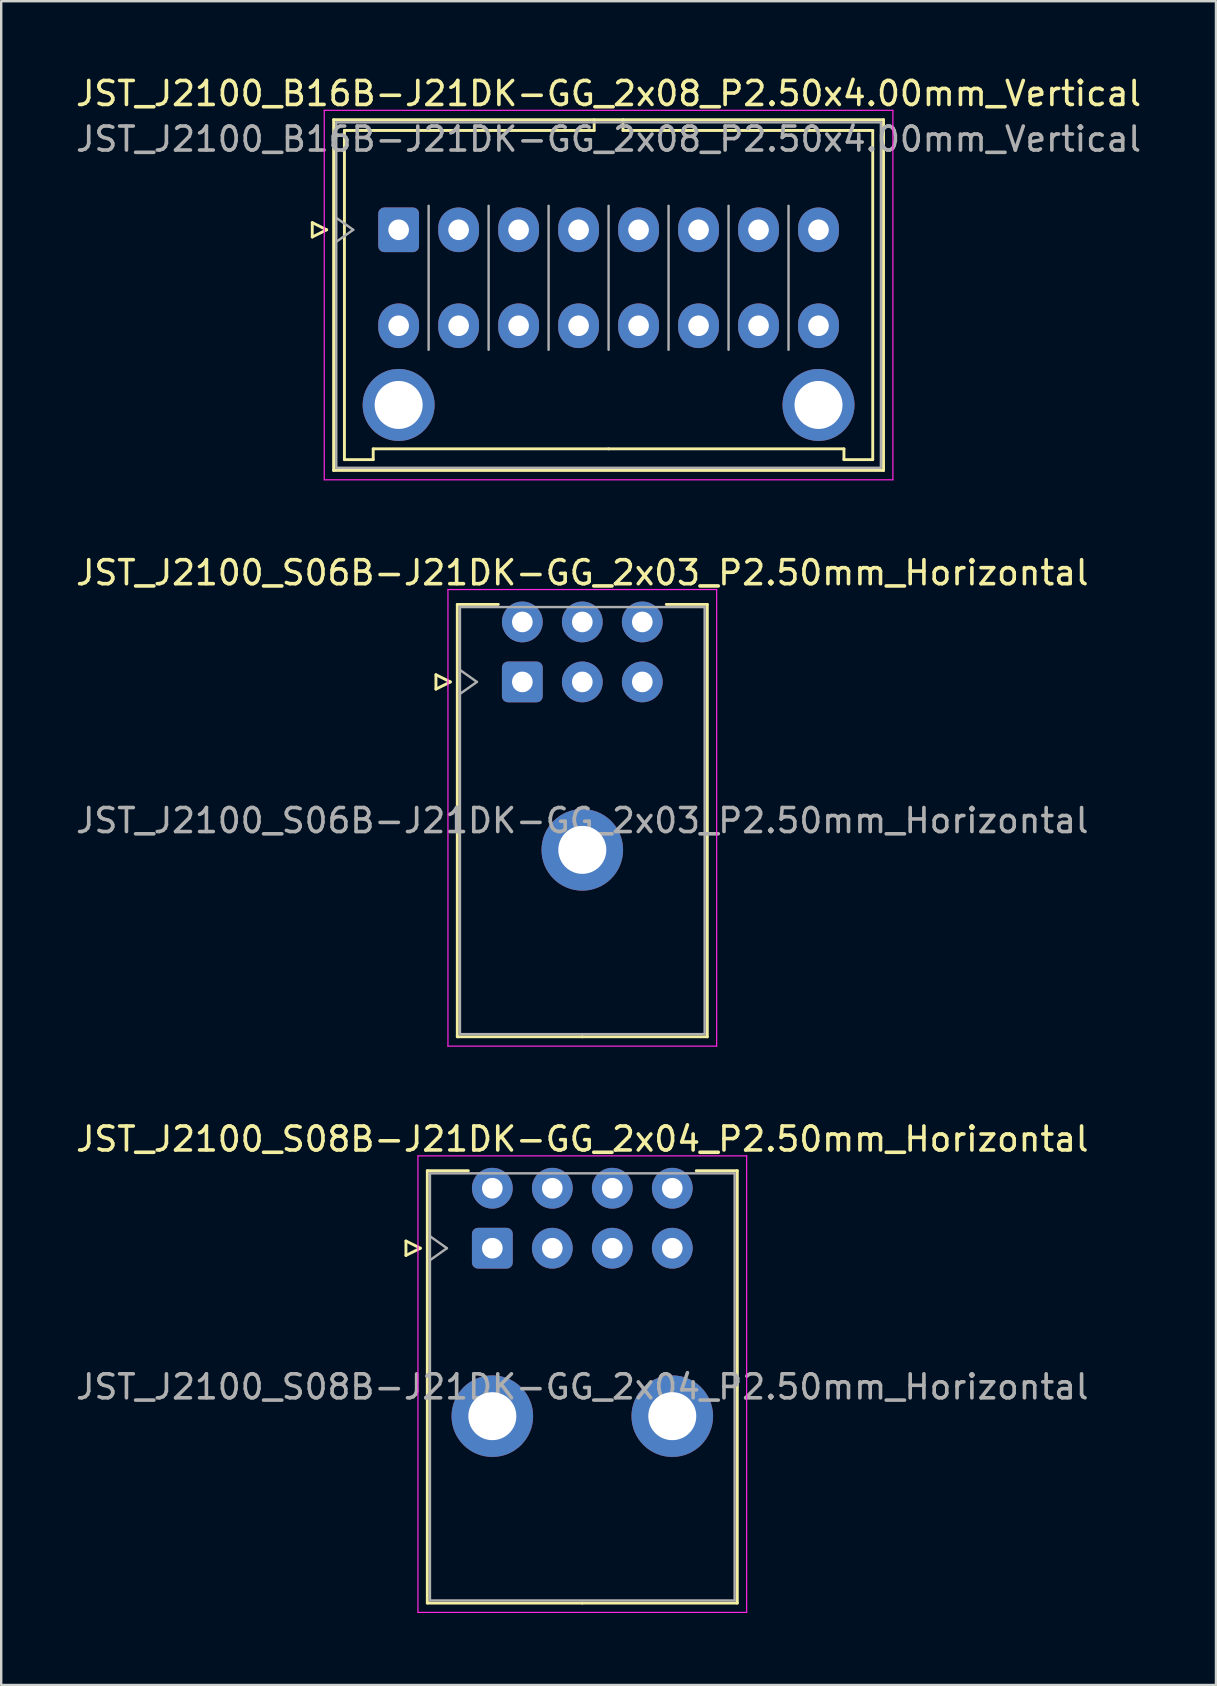
<source format=kicad_pcb>
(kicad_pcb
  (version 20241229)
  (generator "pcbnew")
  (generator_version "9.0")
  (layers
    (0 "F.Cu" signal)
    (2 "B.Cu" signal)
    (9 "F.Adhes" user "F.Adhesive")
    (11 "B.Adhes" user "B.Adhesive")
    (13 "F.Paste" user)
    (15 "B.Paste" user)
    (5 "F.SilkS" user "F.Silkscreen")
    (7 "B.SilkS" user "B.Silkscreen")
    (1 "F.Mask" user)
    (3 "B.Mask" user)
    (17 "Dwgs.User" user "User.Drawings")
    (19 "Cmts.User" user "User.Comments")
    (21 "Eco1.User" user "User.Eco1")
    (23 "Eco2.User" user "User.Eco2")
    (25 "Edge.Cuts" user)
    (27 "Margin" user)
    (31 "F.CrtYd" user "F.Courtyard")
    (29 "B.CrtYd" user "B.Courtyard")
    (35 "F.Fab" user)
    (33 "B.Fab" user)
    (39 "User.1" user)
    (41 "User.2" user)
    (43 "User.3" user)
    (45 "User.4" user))
  (footprint "JST_J2100_S08B-J21DK-GG_2x04_P2.50mm_Horizontal"
    (layer "F.Cu")
    (at 17.47 48.975)
    (property "Reference" "JST_J2100_S08B-J21DK-GG_2x04_P2.50mm_Horizontal" (at 3.75 -4.55 0) (layer "F.SilkS") (effects (font (size 1 1) (thickness 0.15))))
    (attr through_hole)
    (fp_line (start -3.6 -0.3) (end -3 0) (stroke (width 0.12) (type solid)) (layer "F.SilkS"))
    (fp_line (start -3.6 0.3) (end -3.6 -0.3) (stroke (width 0.12) (type solid)) (layer "F.SilkS"))
    (fp_line (start -3 0) (end -3.6 0.3) (stroke (width 0.12) (type solid)) (layer "F.SilkS"))
    (fp_line (start -2.71 -3.23) (end -2.71 14.79) (stroke (width 0.12) (type solid)) (layer "F.SilkS"))
    (fp_line (start -2.71 14.79) (end 3.75 14.79) (stroke (width 0.12) (type solid)) (layer "F.SilkS"))
    (fp_line (start -1 -3.23) (end -2.71 -3.23) (stroke (width 0.12) (type solid)) (layer "F.SilkS"))
    (fp_line (start 8.5 -3.23) (end 10.21 -3.23) (stroke (width 0.12) (type solid)) (layer "F.SilkS"))
    (fp_line (start 10.21 -3.23) (end 10.21 14.79) (stroke (width 0.12) (type solid)) (layer "F.SilkS"))
    (fp_line (start 10.21 14.79) (end 3.75 14.79) (stroke (width 0.12) (type solid)) (layer "F.SilkS"))
    (fp_line (start -3.1 -3.85) (end -3.1 15.18) (stroke (width 0.05) (type solid)) (layer "F.CrtYd"))
    (fp_line (start -3.1 15.18) (end 10.6 15.18) (stroke (width 0.05) (type solid)) (layer "F.CrtYd"))
    (fp_line (start 10.6 -3.85) (end -3.1 -3.85) (stroke (width 0.05) (type solid)) (layer "F.CrtYd"))
    (fp_line (start 10.6 15.18) (end 10.6 -3.85) (stroke (width 0.05) (type solid)) (layer "F.CrtYd"))
    (fp_line (start -2.6 -3.12) (end -2.6 14.68) (stroke (width 0.1) (type solid)) (layer "F.Fab"))
    (fp_line (start -2.6 0.5) (end -1.893 0) (stroke (width 0.1) (type solid)) (layer "F.Fab"))
    (fp_line (start -2.6 14.68) (end 10.1 14.68) (stroke (width 0.1) (type solid)) (layer "F.Fab"))
    (fp_line (start -1.893 0) (end -2.6 -0.5) (stroke (width 0.1) (type solid)) (layer "F.Fab"))
    (fp_line (start 10.1 -3.12) (end -2.6 -3.12) (stroke (width 0.1) (type solid)) (layer "F.Fab"))
    (fp_line (start 10.1 14.68) (end 10.1 -3.12) (stroke (width 0.1) (type solid)) (layer "F.Fab"))
    (fp_text user "${REFERENCE}" (at 3.75 5.78 0) (layer "F.Fab") (effects (font (size 1 1) (thickness 0.15))))
    (pad "" thru_hole circle (at 0 7) (size 3.4 3.4) (drill 2) (layers "*.Cu" "*.Mask"))
    (pad "" thru_hole circle (at 7.5 7) (size 3.4 3.4) (drill 2) (layers "*.Cu" "*.Mask"))
    (pad "a1" thru_hole roundrect (at 0 0) (size 1.7 1.7) (drill 0.86) (layers "*.Cu" "*.Mask") (roundrect_rratio 0.147))
    (pad "a2" thru_hole circle (at 2.5 0) (size 1.7 1.7) (drill 0.86) (layers "*.Cu" "*.Mask"))
    (pad "a3" thru_hole circle (at 5 0) (size 1.7 1.7) (drill 0.86) (layers "*.Cu" "*.Mask"))
    (pad "a4" thru_hole circle (at 7.5 0) (size 1.7 1.7) (drill 0.86) (layers "*.Cu" "*.Mask"))
    (pad "b1" thru_hole circle (at 0 -2.5) (size 1.7 1.7) (drill 0.86) (layers "*.Cu" "*.Mask"))
    (pad "b2" thru_hole circle (at 2.5 -2.5) (size 1.7 1.7) (drill 0.86) (layers "*.Cu" "*.Mask"))
    (pad "b3" thru_hole circle (at 5 -2.5) (size 1.7 1.7) (drill 0.86) (layers "*.Cu" "*.Mask"))
    (pad "b4" thru_hole circle (at 7.5 -2.5) (size 1.7 1.7) (drill 0.86) (layers "*.Cu" "*.Mask")))
  (footprint "JST_J2100_B16B-J21DK-GG_2x08_P2.50x4.00mm_Vertical"
    (layer "F.Cu")
    (at 13.565 6.528)
    (property "Reference" "JST_J2100_B16B-J21DK-GG_2x08_P2.50x4.00mm_Vertical" (at 8.75 -5.68 0) (layer "F.SilkS") (effects (font (size 1 1) (thickness 0.15))))
    (attr through_hole)
    (fp_line (start -3.6 -0.3) (end -3 0) (stroke (width 0.12) (type solid)) (layer "F.SilkS"))
    (fp_line (start -3.6 0.3) (end -3.6 -0.3) (stroke (width 0.12) (type solid)) (layer "F.SilkS"))
    (fp_line (start -3 0) (end -3.6 0.3) (stroke (width 0.12) (type solid)) (layer "F.SilkS"))
    (fp_line (start -2.71 -4.59) (end -2.71 10.03) (stroke (width 0.12) (type solid)) (layer "F.SilkS"))
    (fp_line (start -2.71 10.03) (end 20.21 10.03) (stroke (width 0.12) (type solid)) (layer "F.SilkS"))
    (fp_line (start -2.26 -4.14) (end -2.26 9.58) (stroke (width 0.12) (type solid)) (layer "F.SilkS"))
    (fp_line (start -2.26 9.58) (end -1.06 9.58) (stroke (width 0.12) (type solid)) (layer "F.SilkS"))
    (fp_line (start -1.06 9.13) (end 8.75 9.13) (stroke (width 0.12) (type solid)) (layer "F.SilkS"))
    (fp_line (start -1.06 9.58) (end -1.06 9.13) (stroke (width 0.12) (type solid)) (layer "F.SilkS"))
    (fp_line (start 8.15 -4.59) (end 8.15 -4.14) (stroke (width 0.12) (type solid)) (layer "F.SilkS"))
    (fp_line (start 8.15 -4.14) (end -2.26 -4.14) (stroke (width 0.12) (type solid)) (layer "F.SilkS"))
    (fp_line (start 9.35 -4.59) (end 9.35 -4.14) (stroke (width 0.12) (type solid)) (layer "F.SilkS"))
    (fp_line (start 9.35 -4.14) (end 19.76 -4.14) (stroke (width 0.12) (type solid)) (layer "F.SilkS"))
    (fp_line (start 18.56 9.13) (end 8.75 9.13) (stroke (width 0.12) (type solid)) (layer "F.SilkS"))
    (fp_line (start 18.56 9.58) (end 18.56 9.13) (stroke (width 0.12) (type solid)) (layer "F.SilkS"))
    (fp_line (start 19.76 -4.14) (end 19.76 9.58) (stroke (width 0.12) (type solid)) (layer "F.SilkS"))
    (fp_line (start 19.76 9.58) (end 18.56 9.58) (stroke (width 0.12) (type solid)) (layer "F.SilkS"))
    (fp_line (start 20.21 -4.59) (end -2.71 -4.59) (stroke (width 0.12) (type solid)) (layer "F.SilkS"))
    (fp_line (start 20.21 10.03) (end 20.21 -4.59) (stroke (width 0.12) (type solid)) (layer "F.SilkS"))
    (fp_line (start -3.1 -4.98) (end -3.1 10.42) (stroke (width 0.05) (type solid)) (layer "F.CrtYd"))
    (fp_line (start -3.1 10.42) (end 20.6 10.42) (stroke (width 0.05) (type solid)) (layer "F.CrtYd"))
    (fp_line (start 20.6 -4.98) (end -3.1 -4.98) (stroke (width 0.05) (type solid)) (layer "F.CrtYd"))
    (fp_line (start 20.6 10.42) (end 20.6 -4.98) (stroke (width 0.05) (type solid)) (layer "F.CrtYd"))
    (fp_line (start -2.6 -4.48) (end -2.6 9.92) (stroke (width 0.1) (type solid)) (layer "F.Fab"))
    (fp_line (start -2.6 0.5) (end -1.893 0) (stroke (width 0.1) (type solid)) (layer "F.Fab"))
    (fp_line (start -2.6 9.92) (end 20.1 9.92) (stroke (width 0.1) (type solid)) (layer "F.Fab"))
    (fp_line (start -1.893 0) (end -2.6 -0.5) (stroke (width 0.1) (type solid)) (layer "F.Fab"))
    (fp_line (start 1.25 5) (end 1.25 -1) (stroke (width 0.1) (type solid)) (layer "F.Fab"))
    (fp_line (start 3.75 5) (end 3.75 -1) (stroke (width 0.1) (type solid)) (layer "F.Fab"))
    (fp_line (start 6.25 5) (end 6.25 -1) (stroke (width 0.1) (type solid)) (layer "F.Fab"))
    (fp_line (start 8.75 5) (end 8.75 -1) (stroke (width 0.1) (type solid)) (layer "F.Fab"))
    (fp_line (start 11.25 5) (end 11.25 -1) (stroke (width 0.1) (type solid)) (layer "F.Fab"))
    (fp_line (start 13.75 5) (end 13.75 -1) (stroke (width 0.1) (type solid)) (layer "F.Fab"))
    (fp_line (start 16.25 5) (end 16.25 -1) (stroke (width 0.1) (type solid)) (layer "F.Fab"))
    (fp_line (start 20.1 -4.48) (end -2.6 -4.48) (stroke (width 0.1) (type solid)) (layer "F.Fab"))
    (fp_line (start 20.1 9.92) (end 20.1 -4.48) (stroke (width 0.1) (type solid)) (layer "F.Fab"))
    (fp_text user "${REFERENCE}" (at 8.75 -3.78 0) (layer "F.Fab") (effects (font (size 1 1) (thickness 0.15))))
    (pad "" thru_hole circle (at 0 7.3) (size 3 3) (drill 2) (layers "*.Cu" "*.Mask"))
    (pad "" thru_hole circle (at 17.5 7.3) (size 3 3) (drill 2) (layers "*.Cu" "*.Mask"))
    (pad "a1" thru_hole roundrect (at 0 0) (size 1.7 1.86) (drill 0.86) (layers "*.Cu" "*.Mask") (roundrect_rratio 0.147))
    (pad "a2" thru_hole oval (at 2.5 0) (size 1.7 1.86) (drill 0.86) (layers "*.Cu" "*.Mask"))
    (pad "a3" thru_hole oval (at 5 0) (size 1.7 1.86) (drill 0.86) (layers "*.Cu" "*.Mask"))
    (pad "a4" thru_hole oval (at 7.5 0) (size 1.7 1.86) (drill 0.86) (layers "*.Cu" "*.Mask"))
    (pad "a5" thru_hole oval (at 10 0) (size 1.7 1.86) (drill 0.86) (layers "*.Cu" "*.Mask"))
    (pad "a6" thru_hole oval (at 12.5 0) (size 1.7 1.86) (drill 0.86) (layers "*.Cu" "*.Mask"))
    (pad "a7" thru_hole oval (at 15 0) (size 1.7 1.86) (drill 0.86) (layers "*.Cu" "*.Mask"))
    (pad "a8" thru_hole oval (at 17.5 0) (size 1.7 1.86) (drill 0.86) (layers "*.Cu" "*.Mask"))
    (pad "b1" thru_hole oval (at 0 4) (size 1.7 1.86) (drill 0.86) (layers "*.Cu" "*.Mask"))
    (pad "b2" thru_hole oval (at 2.5 4) (size 1.7 1.86) (drill 0.86) (layers "*.Cu" "*.Mask"))
    (pad "b3" thru_hole oval (at 5 4) (size 1.7 1.86) (drill 0.86) (layers "*.Cu" "*.Mask"))
    (pad "b4" thru_hole oval (at 7.5 4) (size 1.7 1.86) (drill 0.86) (layers "*.Cu" "*.Mask"))
    (pad "b5" thru_hole oval (at 10 4) (size 1.7 1.86) (drill 0.86) (layers "*.Cu" "*.Mask"))
    (pad "b6" thru_hole oval (at 12.5 4) (size 1.7 1.86) (drill 0.86) (layers "*.Cu" "*.Mask"))
    (pad "b7" thru_hole oval (at 15 4) (size 1.7 1.86) (drill 0.86) (layers "*.Cu" "*.Mask"))
    (pad "b8" thru_hole oval (at 17.5 4) (size 1.7 1.86) (drill 0.86) (layers "*.Cu" "*.Mask")))
  (footprint "JST_J2100_S06B-J21DK-GG_2x03_P2.50mm_Horizontal"
    (layer "F.Cu")
    (at 18.72 25.372)
    (property "Reference" "JST_J2100_S06B-J21DK-GG_2x03_P2.50mm_Horizontal" (at 2.5 -4.55 0) (layer "F.SilkS") (effects (font (size 1 1) (thickness 0.15))))
    (attr through_hole)
    (fp_line (start -3.6 -0.3) (end -3 0) (stroke (width 0.12) (type solid)) (layer "F.SilkS"))
    (fp_line (start -3.6 0.3) (end -3.6 -0.3) (stroke (width 0.12) (type solid)) (layer "F.SilkS"))
    (fp_line (start -3 0) (end -3.6 0.3) (stroke (width 0.12) (type solid)) (layer "F.SilkS"))
    (fp_line (start -2.71 -3.23) (end -2.71 14.79) (stroke (width 0.12) (type solid)) (layer "F.SilkS"))
    (fp_line (start -2.71 14.79) (end 2.5 14.79) (stroke (width 0.12) (type solid)) (layer "F.SilkS"))
    (fp_line (start -1 -3.23) (end -2.71 -3.23) (stroke (width 0.12) (type solid)) (layer "F.SilkS"))
    (fp_line (start 6 -3.23) (end 7.71 -3.23) (stroke (width 0.12) (type solid)) (layer "F.SilkS"))
    (fp_line (start 7.71 -3.23) (end 7.71 14.79) (stroke (width 0.12) (type solid)) (layer "F.SilkS"))
    (fp_line (start 7.71 14.79) (end 2.5 14.79) (stroke (width 0.12) (type solid)) (layer "F.SilkS"))
    (fp_line (start -3.1 -3.85) (end -3.1 15.18) (stroke (width 0.05) (type solid)) (layer "F.CrtYd"))
    (fp_line (start -3.1 15.18) (end 8.1 15.18) (stroke (width 0.05) (type solid)) (layer "F.CrtYd"))
    (fp_line (start 8.1 -3.85) (end -3.1 -3.85) (stroke (width 0.05) (type solid)) (layer "F.CrtYd"))
    (fp_line (start 8.1 15.18) (end 8.1 -3.85) (stroke (width 0.05) (type solid)) (layer "F.CrtYd"))
    (fp_line (start -2.6 -3.12) (end -2.6 14.68) (stroke (width 0.1) (type solid)) (layer "F.Fab"))
    (fp_line (start -2.6 0.5) (end -1.893 0) (stroke (width 0.1) (type solid)) (layer "F.Fab"))
    (fp_line (start -2.6 14.68) (end 7.6 14.68) (stroke (width 0.1) (type solid)) (layer "F.Fab"))
    (fp_line (start -1.893 0) (end -2.6 -0.5) (stroke (width 0.1) (type solid)) (layer "F.Fab"))
    (fp_line (start 7.6 -3.12) (end -2.6 -3.12) (stroke (width 0.1) (type solid)) (layer "F.Fab"))
    (fp_line (start 7.6 14.68) (end 7.6 -3.12) (stroke (width 0.1) (type solid)) (layer "F.Fab"))
    (fp_text user "${REFERENCE}" (at 2.5 5.78 0) (layer "F.Fab") (effects (font (size 1 1) (thickness 0.15))))
    (pad "" thru_hole circle (at 2.5 7) (size 3.4 3.4) (drill 2) (layers "*.Cu" "*.Mask"))
    (pad "a1" thru_hole roundrect (at 0 0) (size 1.7 1.7) (drill 0.86) (layers "*.Cu" "*.Mask") (roundrect_rratio 0.147))
    (pad "a2" thru_hole circle (at 2.5 0) (size 1.7 1.7) (drill 0.86) (layers "*.Cu" "*.Mask"))
    (pad "a3" thru_hole circle (at 5 0) (size 1.7 1.7) (drill 0.86) (layers "*.Cu" "*.Mask"))
    (pad "b1" thru_hole circle (at 0 -2.5) (size 1.7 1.7) (drill 0.86) (layers "*.Cu" "*.Mask"))
    (pad "b2" thru_hole circle (at 2.5 -2.5) (size 1.7 1.7) (drill 0.86) (layers "*.Cu" "*.Mask"))
    (pad "b3" thru_hole circle (at 5 -2.5) (size 1.7 1.7) (drill 0.86) (layers "*.Cu" "*.Mask")))
  (gr_rect
    (start -3 -3)
    (end 47.631 67.18)
    (stroke (width 0.1) (type default))
    (fill no)
    (layer "Edge.Cuts")))
</source>
